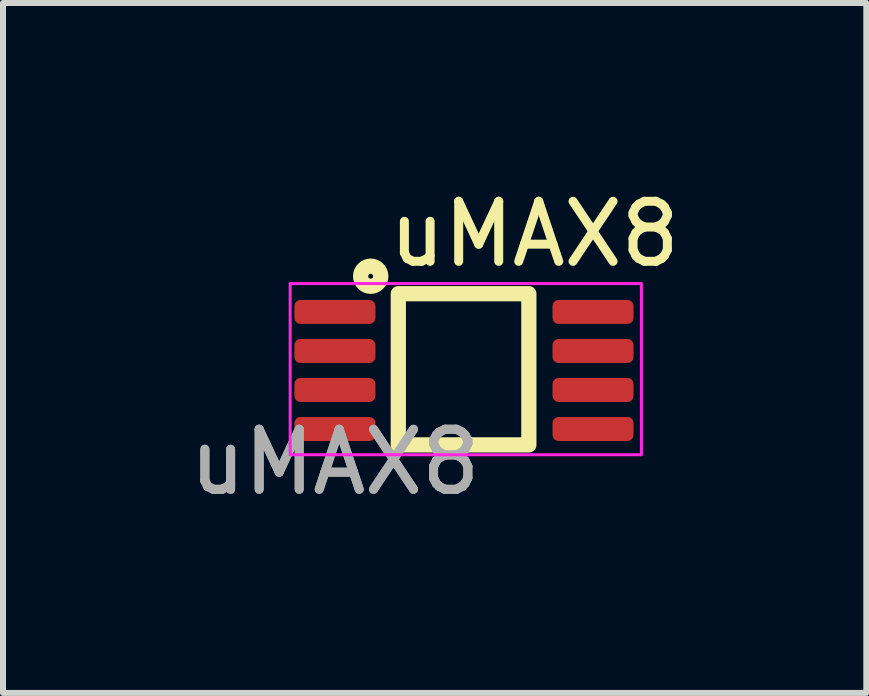
<source format=kicad_pcb>
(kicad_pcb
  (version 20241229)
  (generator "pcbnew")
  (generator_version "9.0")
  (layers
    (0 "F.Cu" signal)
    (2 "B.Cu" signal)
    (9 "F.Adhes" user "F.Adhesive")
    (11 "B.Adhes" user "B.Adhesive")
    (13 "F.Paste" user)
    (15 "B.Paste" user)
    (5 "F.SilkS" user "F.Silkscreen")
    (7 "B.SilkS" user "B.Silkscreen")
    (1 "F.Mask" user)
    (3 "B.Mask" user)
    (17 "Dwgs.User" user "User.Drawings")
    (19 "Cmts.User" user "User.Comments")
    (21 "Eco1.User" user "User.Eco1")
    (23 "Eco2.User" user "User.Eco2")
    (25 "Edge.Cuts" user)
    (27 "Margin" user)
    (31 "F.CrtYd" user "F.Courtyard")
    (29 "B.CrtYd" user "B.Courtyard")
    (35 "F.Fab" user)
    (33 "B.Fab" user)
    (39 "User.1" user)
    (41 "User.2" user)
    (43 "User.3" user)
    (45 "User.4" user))
  (footprint "uMAX8"
    (layer "F.Cu")
    (at 2.53 2.147)
    (property "Reference" "uMAX8" (at 3.324 -1.298 0) (unlocked yes) (layer "F.SilkS") (effects (font (size 1 1) (thickness 0.15))))
    (attr smd)
    (fp_rect (start 1.056 -0.304) (end 3.231 2.215) (stroke (width 0.254) (type default)) (fill no) (layer "F.SilkS"))
    (fp_circle (center 0.596 -0.595) (end 0.637 -0.595) (stroke (width 0.254) (type default)) (fill no) (layer "F.SilkS"))
    (fp_rect (start -0.746 -0.473) (end 5.106 2.38) (stroke (width 0.05) (type default)) (fill no) (layer "F.CrtYd"))
    (fp_text user "${REFERENCE}" (at 0 2.5 0) (unlocked yes) (layer "F.Fab") (effects (font (size 1 1) (thickness 0.15))))
    (fp_text user "${REFERENCE}" (at 0 2.5 0) (unlocked yes) (layer "F.Fab") (effects (font (size 1 1) (thickness 0.15))))
    (pad "1" smd roundrect (at 0 0) (size 1.35 0.4) (layers "F.Cu" "F.Mask" "F.Paste") (roundrect_rratio 0.25))
    (pad "2" smd roundrect (at 0 0.65) (size 1.35 0.4) (layers "F.Cu" "F.Mask" "F.Paste") (roundrect_rratio 0.25))
    (pad "3" smd roundrect (at 0 1.3) (size 1.35 0.4) (layers "F.Cu" "F.Mask" "F.Paste") (roundrect_rratio 0.25))
    (pad "4" smd roundrect (at 0 1.95) (size 1.35 0.4) (layers "F.Cu" "F.Mask" "F.Paste") (roundrect_rratio 0.25))
    (pad "5" smd roundrect (at 4.3 1.95) (size 1.35 0.4) (layers "F.Cu" "F.Mask" "F.Paste") (roundrect_rratio 0.25))
    (pad "6" smd roundrect (at 4.3 1.3) (size 1.35 0.4) (layers "F.Cu" "F.Mask" "F.Paste") (roundrect_rratio 0.25))
    (pad "7" smd roundrect (at 4.3 0.65) (size 1.35 0.4) (layers "F.Cu" "F.Mask" "F.Paste") (roundrect_rratio 0.25))
    (pad "8" smd roundrect (at 4.3 0) (size 1.35 0.4) (layers "F.Cu" "F.Mask" "F.Paste") (roundrect_rratio 0.25)))
  (gr_rect
    (start -3 -3)
    (end 11.383 8.495)
    (stroke (width 0.1) (type default))
    (fill no)
    (layer "Edge.Cuts")))
</source>
